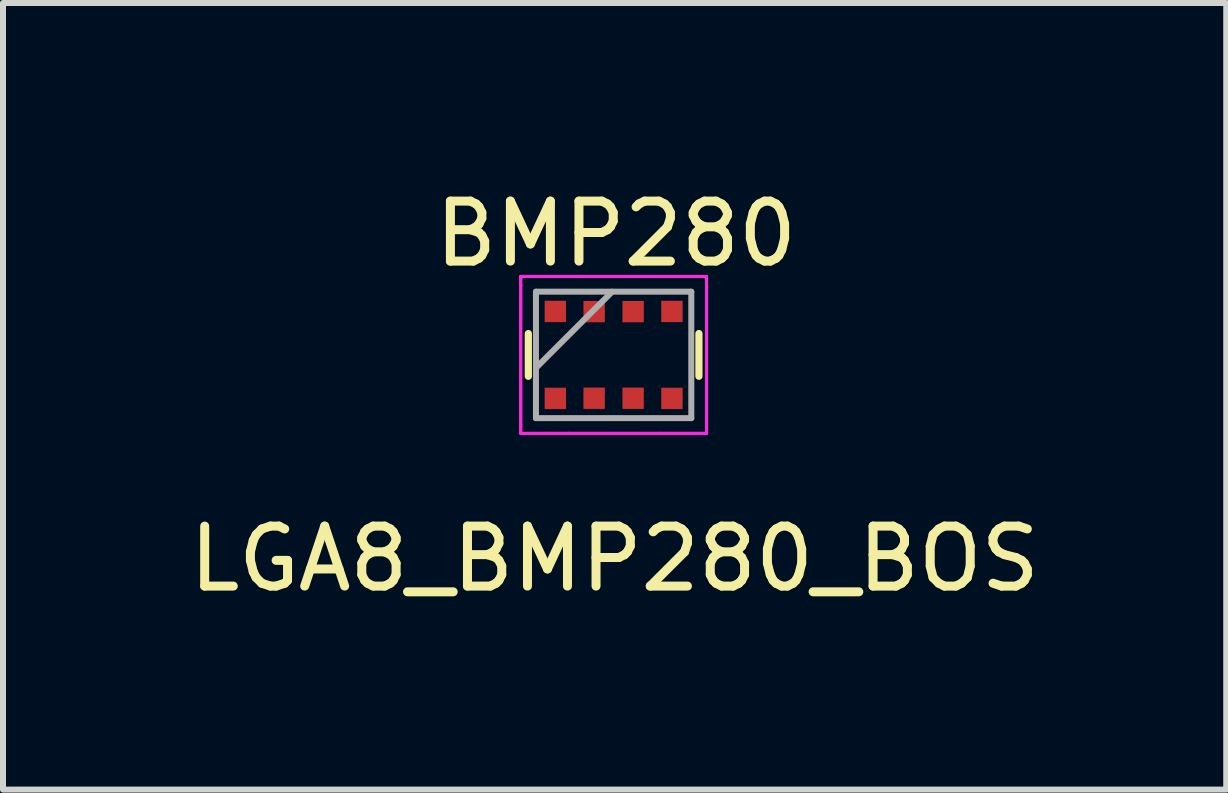
<source format=kicad_pcb>
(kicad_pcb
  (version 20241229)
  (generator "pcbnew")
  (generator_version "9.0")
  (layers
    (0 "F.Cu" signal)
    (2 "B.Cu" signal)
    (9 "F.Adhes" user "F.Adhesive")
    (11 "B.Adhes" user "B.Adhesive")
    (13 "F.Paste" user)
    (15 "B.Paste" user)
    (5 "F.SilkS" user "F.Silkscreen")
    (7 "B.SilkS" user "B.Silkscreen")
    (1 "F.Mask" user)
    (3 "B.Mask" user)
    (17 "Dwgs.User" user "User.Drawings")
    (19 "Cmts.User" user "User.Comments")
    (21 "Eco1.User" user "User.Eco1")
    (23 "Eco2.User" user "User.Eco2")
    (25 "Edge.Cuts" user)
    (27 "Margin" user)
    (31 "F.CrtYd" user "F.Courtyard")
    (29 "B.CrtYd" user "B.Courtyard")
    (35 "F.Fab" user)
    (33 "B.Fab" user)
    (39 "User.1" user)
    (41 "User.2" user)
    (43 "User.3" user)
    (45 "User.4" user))
  (footprint "BMP280"
    (layer "F.Cu")
    (at 7.18 2.867)
    (property "Reference" "BMP280" (at 0.041 -2.019 0) (layer "F.SilkS") (effects (font (size 1 1) (thickness 0.15))))
    (attr smd)
    (fp_line (start -1.422 -0.356) (end -1.422 0.356) (stroke (width 0.12) (type solid)) (layer "F.SilkS"))
    (fp_line (start 1.422 0.356) (end 1.422 -0.356) (stroke (width 0.12) (type solid)) (layer "F.SilkS"))
    (fp_line (start -1.549 -1.308) (end -0.757 -1.308) (stroke (width 0.05) (type solid)) (layer "F.CrtYd"))
    (fp_line (start -1.549 -1.308) (end -0.757 -1.308) (stroke (width 0.05) (type solid)) (layer "F.CrtYd"))
    (fp_line (start -1.549 -1.157) (end -1.549 -1.308) (stroke (width 0.05) (type solid)) (layer "F.CrtYd"))
    (fp_line (start -1.549 -1.157) (end -1.549 -1.308) (stroke (width 0.05) (type solid)) (layer "F.CrtYd"))
    (fp_line (start -1.549 -1.157) (end -1.549 -1.157) (stroke (width 0.05) (type solid)) (layer "F.CrtYd"))
    (fp_line (start -1.549 -1.157) (end -1.549 -1.157) (stroke (width 0.05) (type solid)) (layer "F.CrtYd"))
    (fp_line (start -1.549 1.157) (end -1.549 -1.157) (stroke (width 0.05) (type solid)) (layer "F.CrtYd"))
    (fp_line (start -1.549 1.157) (end -1.549 -1.157) (stroke (width 0.05) (type solid)) (layer "F.CrtYd"))
    (fp_line (start -1.549 1.157) (end -1.549 1.157) (stroke (width 0.05) (type solid)) (layer "F.CrtYd"))
    (fp_line (start -1.549 1.157) (end -1.549 1.157) (stroke (width 0.05) (type solid)) (layer "F.CrtYd"))
    (fp_line (start -1.549 1.308) (end -1.549 1.157) (stroke (width 0.05) (type solid)) (layer "F.CrtYd"))
    (fp_line (start -1.549 1.308) (end -1.549 1.157) (stroke (width 0.05) (type solid)) (layer "F.CrtYd"))
    (fp_line (start -1.549 1.308) (end -0.757 1.308) (stroke (width 0.05) (type solid)) (layer "F.CrtYd"))
    (fp_line (start -0.757 -1.308) (end -0.757 -1.308) (stroke (width 0.05) (type solid)) (layer "F.CrtYd"))
    (fp_line (start -0.757 -1.308) (end -0.757 -1.308) (stroke (width 0.05) (type solid)) (layer "F.CrtYd"))
    (fp_line (start -0.757 -1.308) (end 0.757 -1.308) (stroke (width 0.05) (type solid)) (layer "F.CrtYd"))
    (fp_line (start -0.757 -1.308) (end 0.757 -1.308) (stroke (width 0.05) (type solid)) (layer "F.CrtYd"))
    (fp_line (start -0.757 1.308) (end -1.549 1.308) (stroke (width 0.05) (type solid)) (layer "F.CrtYd"))
    (fp_line (start -0.757 1.308) (end -0.757 1.308) (stroke (width 0.05) (type solid)) (layer "F.CrtYd"))
    (fp_line (start -0.757 1.308) (end -0.757 1.308) (stroke (width 0.05) (type solid)) (layer "F.CrtYd"))
    (fp_line (start -0.757 1.308) (end 0.757 1.308) (stroke (width 0.05) (type solid)) (layer "F.CrtYd"))
    (fp_line (start 0.757 -1.308) (end 0.757 -1.308) (stroke (width 0.05) (type solid)) (layer "F.CrtYd"))
    (fp_line (start 0.757 -1.308) (end 0.757 -1.308) (stroke (width 0.05) (type solid)) (layer "F.CrtYd"))
    (fp_line (start 0.757 -1.308) (end 1.549 -1.308) (stroke (width 0.05) (type solid)) (layer "F.CrtYd"))
    (fp_line (start 0.757 -1.308) (end 1.549 -1.308) (stroke (width 0.05) (type solid)) (layer "F.CrtYd"))
    (fp_line (start 0.757 1.308) (end -0.757 1.308) (stroke (width 0.05) (type solid)) (layer "F.CrtYd"))
    (fp_line (start 0.757 1.308) (end 0.757 1.308) (stroke (width 0.05) (type solid)) (layer "F.CrtYd"))
    (fp_line (start 0.757 1.308) (end 0.757 1.308) (stroke (width 0.05) (type solid)) (layer "F.CrtYd"))
    (fp_line (start 0.757 1.308) (end 1.549 1.308) (stroke (width 0.05) (type solid)) (layer "F.CrtYd"))
    (fp_line (start 1.549 -1.308) (end 1.549 -1.157) (stroke (width 0.05) (type solid)) (layer "F.CrtYd"))
    (fp_line (start 1.549 -1.157) (end 1.549 -1.308) (stroke (width 0.05) (type solid)) (layer "F.CrtYd"))
    (fp_line (start 1.549 -1.157) (end 1.549 -1.157) (stroke (width 0.05) (type solid)) (layer "F.CrtYd"))
    (fp_line (start 1.549 -1.157) (end 1.549 -1.157) (stroke (width 0.05) (type solid)) (layer "F.CrtYd"))
    (fp_line (start 1.549 -1.157) (end 1.549 1.157) (stroke (width 0.05) (type solid)) (layer "F.CrtYd"))
    (fp_line (start 1.549 1.157) (end 1.549 -1.157) (stroke (width 0.05) (type solid)) (layer "F.CrtYd"))
    (fp_line (start 1.549 1.157) (end 1.549 1.157) (stroke (width 0.05) (type solid)) (layer "F.CrtYd"))
    (fp_line (start 1.549 1.157) (end 1.549 1.157) (stroke (width 0.05) (type solid)) (layer "F.CrtYd"))
    (fp_line (start 1.549 1.157) (end 1.549 1.308) (stroke (width 0.05) (type solid)) (layer "F.CrtYd"))
    (fp_line (start 1.549 1.308) (end 0.757 1.308) (stroke (width 0.05) (type solid)) (layer "F.CrtYd"))
    (fp_line (start 1.549 1.308) (end 1.549 1.157) (stroke (width 0.05) (type solid)) (layer "F.CrtYd"))
    (fp_line (start -1.295 -1.054) (end -1.295 1.054) (stroke (width 0.1) (type solid)) (layer "F.Fab"))
    (fp_line (start -1.295 0.216) (end -0.025 -1.054) (stroke (width 0.1) (type solid)) (layer "F.Fab"))
    (fp_line (start -1.295 1.054) (end 1.295 1.054) (stroke (width 0.1) (type solid)) (layer "F.Fab"))
    (fp_line (start 1.295 -1.054) (end -1.295 -1.054) (stroke (width 0.1) (type solid)) (layer "F.Fab"))
    (fp_line (start 1.295 1.054) (end 1.295 -1.054) (stroke (width 0.1) (type solid)) (layer "F.Fab"))
    (fp_text user "LGA8_BMP280_BOS" (at 0.016 3.399 0) (layer "F.SilkS") (effects (font (size 1 1) (thickness 0.15))))
    (pad "1" smd rect (at -0.972 -0.725 90) (size 0.356 0.356) (layers "F.Cu" "F.Mask" "F.Paste"))
    (pad "2" smd rect (at -0.325 -0.722) (size 0.356 0.356) (layers "F.Cu" "F.Mask" "F.Paste"))
    (pad "3" smd rect (at 0.325 -0.722) (size 0.356 0.356) (layers "F.Cu" "F.Mask" "F.Paste"))
    (pad "4" smd rect (at 0.972 -0.725 90) (size 0.356 0.356) (layers "F.Cu" "F.Mask" "F.Paste"))
    (pad "5" smd rect (at 0.972 0.725 90) (size 0.356 0.356) (layers "F.Cu" "F.Mask" "F.Paste"))
    (pad "6" smd rect (at 0.325 0.722) (size 0.356 0.356) (layers "F.Cu" "F.Mask" "F.Paste"))
    (pad "7" smd rect (at -0.325 0.722) (size 0.356 0.356) (layers "F.Cu" "F.Mask" "F.Paste"))
    (pad "8" smd rect (at -0.972 0.725 90) (size 0.356 0.356) (layers "F.Cu" "F.Mask" "F.Paste")))
  (gr_rect
    (start -3 -3)
    (end 17.393 10.114)
    (stroke (width 0.1) (type default))
    (fill no)
    (layer "Edge.Cuts")))
</source>
